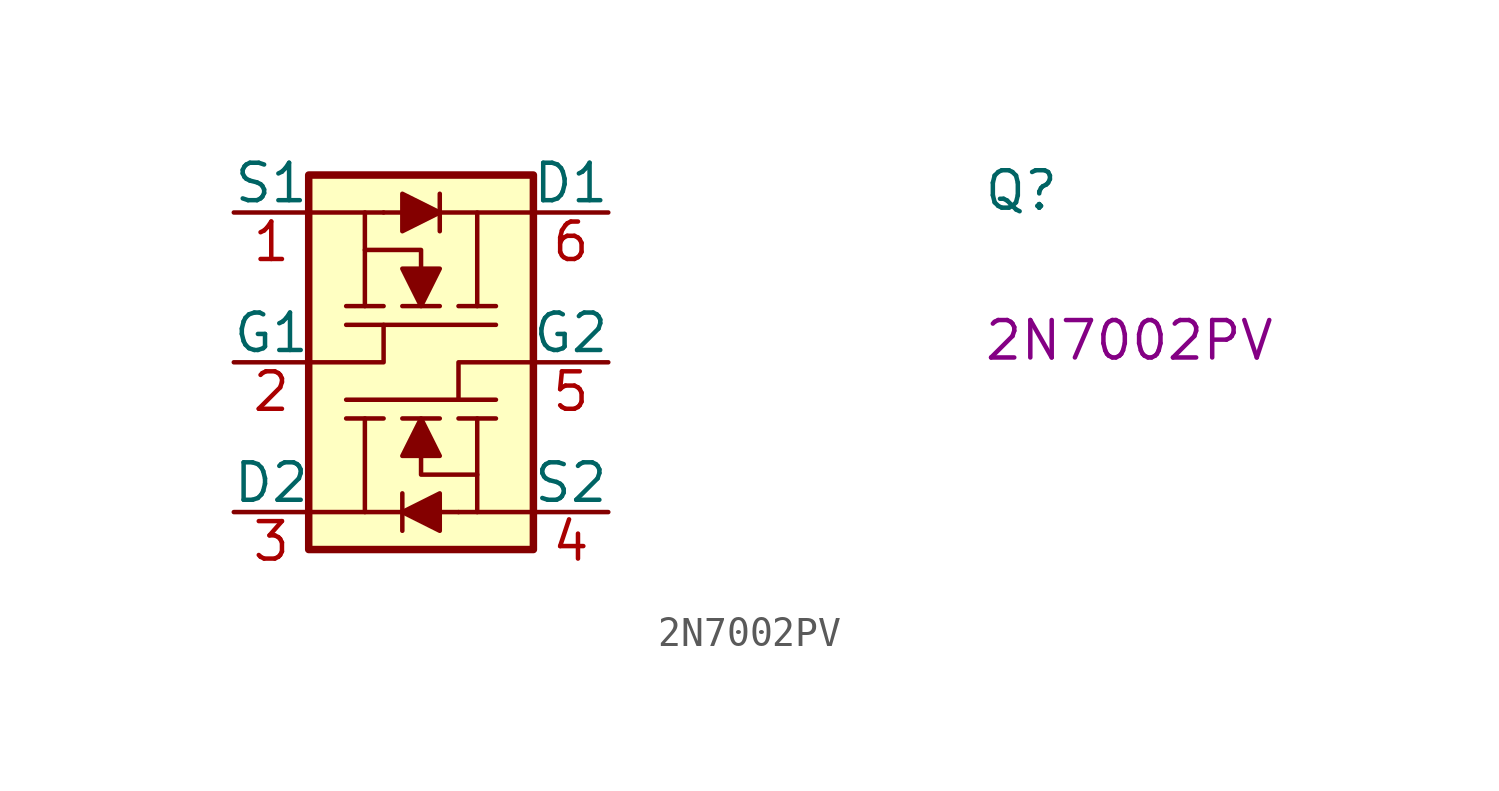
<source format=kicad_sym>
(kicad_symbol_lib
  (version 20220914)
  (generator kicad_symbol_editor)
  (symbol "2N7002PV"
    (pin_names
      (offset 0))
    (property "Reference" "Q"
      (at 25.4 0 0)
      (effects (font (size 1.27 1.27)) (justify left bottom)))
    (property "MPN" "2N7002PV"
      (at 25.4 -5.08 0)
      (effects (font (size 1.27 1.27)) (justify left bottom)))
    (symbol "2N7002PV_0_1"
      (polyline (pts (xy 4.445 -1.27) (xy 4.445 0)) (stroke (width 0) (type default)) (fill (type none)))
      (polyline (pts (xy 5.08 -3.175) (xy 3.81 -3.175)) (stroke (width 0) (type default)) (fill (type none)))
      (polyline (pts (xy 5.08 0) (xy 2.54 0)) (stroke (width 0) (type default)) (fill (type none)))
      (polyline (pts (xy 5.08 0) (xy 10.16 0)) (stroke (width 0) (type default)) (fill (type none)))
      (polyline (pts (xy 5.715 -3.175) (xy 6.985 -3.175)) (stroke (width 0) (type default)) (fill (type none)))
      (polyline (pts (xy 7.62 -3.175) (xy 8.89 -3.175)) (stroke (width 0) (type default)) (fill (type none)))
      (polyline (pts (xy 8.255 -3.175) (xy 8.255 0)) (stroke (width 0) (type default)) (fill (type none)))
      (polyline (pts (xy 8.89 -3.81) (xy 3.81 -3.81)) (stroke (width 0) (type default)) (fill (type none)))
      (polyline (pts (xy 2.54 -5.08) (xy 5.08 -5.08) (xy 5.08 -3.81)) (stroke (width 0) (type default)) (fill (type none)))
      (polyline (pts (xy 5.715 -1.905) (xy 6.35 -3.175) (xy 6.985 -1.905) (xy 5.715 -1.905)) (stroke (width 0) (type default)) (fill (type outline)))
      (polyline (pts (xy 6.35 -1.905) (xy 6.35 -1.27) (xy 4.445 -1.27) (xy 4.445 -3.175)) (stroke (width 0) (type default)) (fill (type none))))
    (symbol "2N7002PV_1_1"
      (polyline (pts (xy 3.81 -6.35) (xy 8.89 -6.35)) (stroke (width 0) (type default)) (fill (type none)))
      (polyline (pts (xy 4.445 -6.985) (xy 4.445 -10.16)) (stroke (width 0) (type default)) (fill (type none)))
      (polyline (pts (xy 5.08 -6.985) (xy 3.81 -6.985)) (stroke (width 0) (type default)) (fill (type none)))
      (polyline (pts (xy 5.715 -9.525) (xy 5.715 -10.795)) (stroke (width 0) (type default)) (fill (type none)))
      (polyline (pts (xy 6.985 -6.985) (xy 5.715 -6.985)) (stroke (width 0) (type default)) (fill (type none)))
      (polyline (pts (xy 6.985 -0.635) (xy 6.985 0.635)) (stroke (width 0) (type default)) (fill (type none)))
      (polyline (pts (xy 7.62 -10.16) (xy 2.54 -10.16)) (stroke (width 0) (type default)) (fill (type none)))
      (polyline (pts (xy 7.62 -10.16) (xy 10.16 -10.16)) (stroke (width 0) (type default)) (fill (type none)))
      (polyline (pts (xy 7.62 -6.985) (xy 8.89 -6.985)) (stroke (width 0) (type default)) (fill (type none)))
      (polyline (pts (xy 8.255 -8.89) (xy 8.255 -10.16)) (stroke (width 0) (type default)) (fill (type none)))
      (polyline (pts (xy 10.16 -5.08) (xy 7.62 -5.08) (xy 7.62 -6.35)) (stroke (width 0) (type default)) (fill (type none)))
      (polyline (pts (xy 5.715 -0.635) (xy 6.985 0) (xy 5.715 0.635) (xy 5.715 -0.635)) (stroke (width 0) (type default)) (fill (type outline)))
      (polyline (pts (xy 6.35 -8.255) (xy 6.35 -8.89) (xy 8.255 -8.89) (xy 8.255 -6.985)) (stroke (width 0) (type default)) (fill (type none)))
      (polyline (pts (xy 6.985 -9.525) (xy 5.715 -10.16) (xy 6.985 -10.795) (xy 6.985 -9.525)) (stroke (width 0) (type default)) (fill (type outline)))
      (polyline (pts (xy 6.985 -8.255) (xy 6.35 -6.985) (xy 5.715 -8.255) (xy 6.985 -8.255)) (stroke (width 0) (type default)) (fill (type outline)))
      (polyline (pts (xy 2.54 1.27) (xy 10.16 1.27) (xy 10.16 -11.43) (xy 2.54 -11.43) (xy 2.54 1.27)) (stroke (width 0.254) (type default)) (fill (type background)))
      (pin bidirectional line (at 0 0 0) (length 2.54) (name "S1" (effects (font (size 1.27 1.27)))) (number "1" (effects (font (size 1.27 1.27)))))
      (pin passive line (at 0 -5.08 0) (length 2.54) (name "G1" (effects (font (size 1.27 1.27)))) (number "2" (effects (font (size 1.27 1.27)))))
      (pin bidirectional line (at 0 -10.16 0) (length 2.54) (name "D2" (effects (font (size 1.27 1.27)))) (number "3" (effects (font (size 1.27 1.27)))))
      (pin bidirectional line (at 12.7 -10.16 180) (length 2.54) (name "S2" (effects (font (size 1.27 1.27)))) (number "4" (effects (font (size 1.27 1.27)))))
      (pin passive line (at 12.7 -5.08 180) (length 2.54) (name "G2" (effects (font (size 1.27 1.27)))) (number "5" (effects (font (size 1.27 1.27)))))
      (pin bidirectional line (at 12.7 0 180) (length 2.54) (name "D1" (effects (font (size 1.27 1.27)))) (number "6" (effects (font (size 1.27 1.27))))))))
</source>
